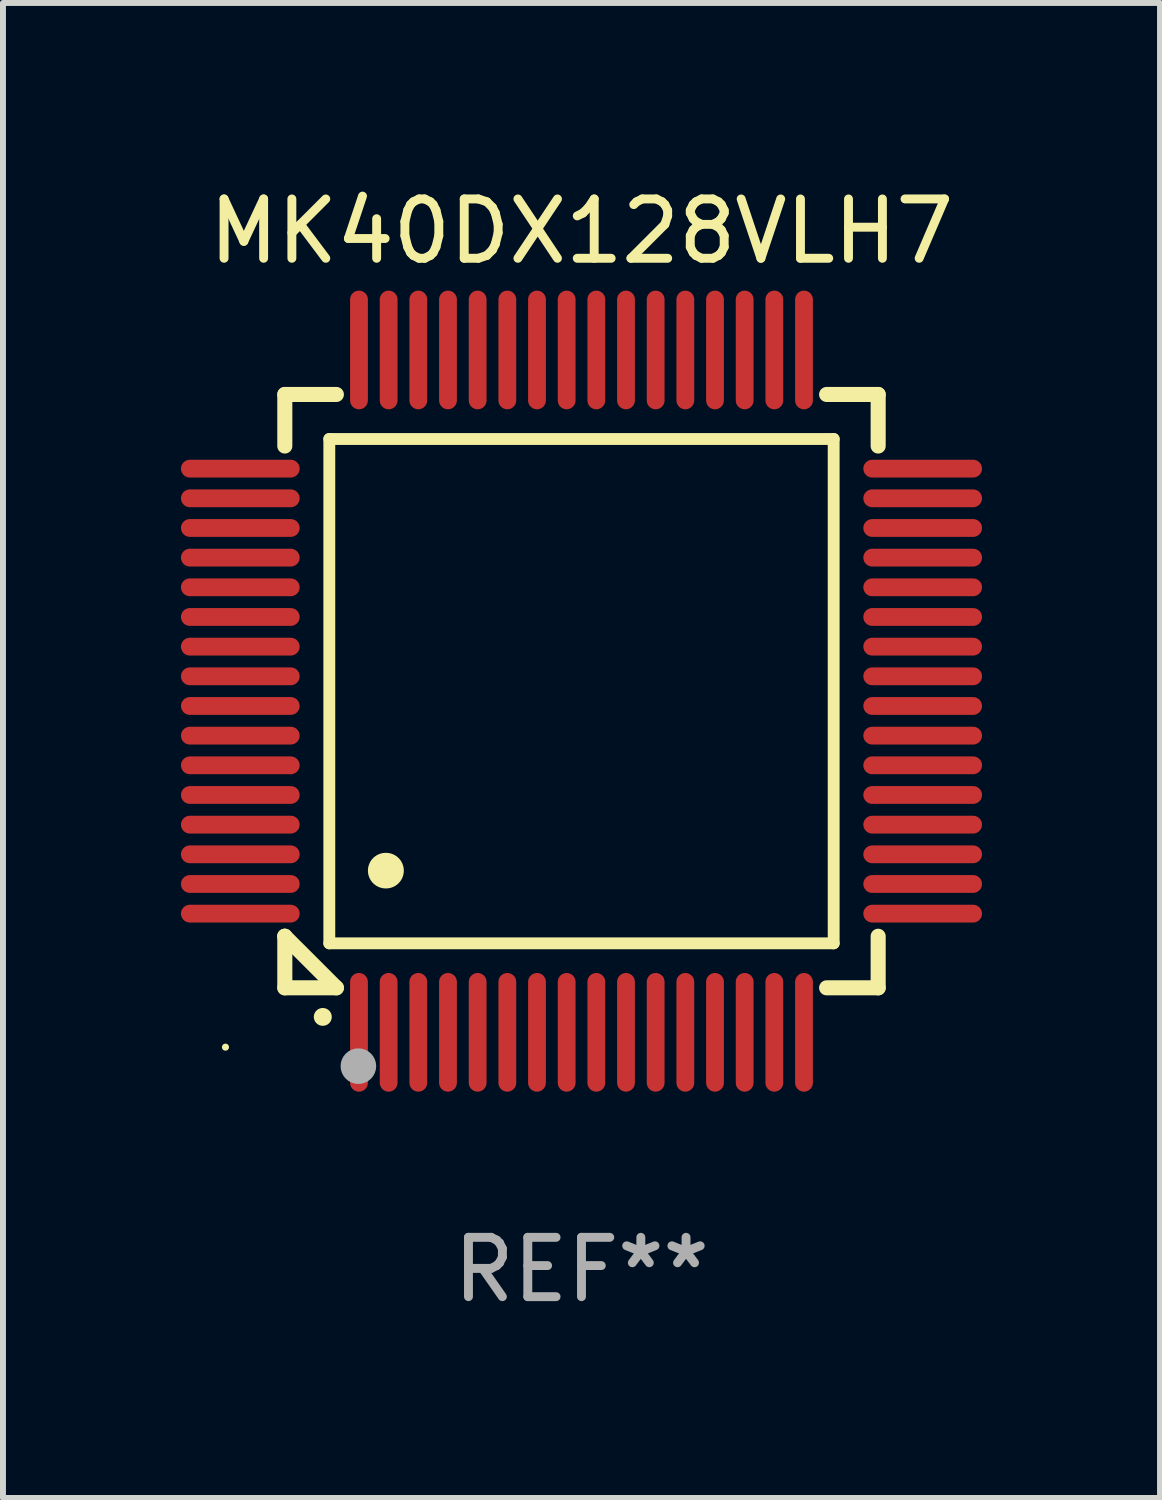
<source format=kicad_pcb>
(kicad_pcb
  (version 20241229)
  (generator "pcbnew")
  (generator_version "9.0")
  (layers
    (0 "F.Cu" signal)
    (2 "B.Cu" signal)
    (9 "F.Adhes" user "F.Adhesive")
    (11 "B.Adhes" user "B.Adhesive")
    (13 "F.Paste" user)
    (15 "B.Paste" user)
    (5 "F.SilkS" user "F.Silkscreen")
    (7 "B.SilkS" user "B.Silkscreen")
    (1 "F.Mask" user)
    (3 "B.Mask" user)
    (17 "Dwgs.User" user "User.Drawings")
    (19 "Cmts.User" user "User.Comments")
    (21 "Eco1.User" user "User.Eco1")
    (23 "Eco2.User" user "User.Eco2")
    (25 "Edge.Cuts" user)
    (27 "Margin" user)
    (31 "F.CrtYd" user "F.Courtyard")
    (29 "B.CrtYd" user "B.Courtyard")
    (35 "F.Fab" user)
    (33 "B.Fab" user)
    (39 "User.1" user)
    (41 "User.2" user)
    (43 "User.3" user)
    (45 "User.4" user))
  (footprint "MK40DX128VLH7"
    (layer "F.Cu")
    (at 6.75 8.598)
    (property "Reference" "MK40DX128VLH7" (at 0 -7.75 0) (layer "F.SilkS") (effects (font (size 1 1) (thickness 0.15))))
    (attr through_hole)
    (fp_line (start -5 -5) (end -4.131 -5) (stroke (width 0.254) (type solid)) (layer "F.SilkS"))
    (fp_line (start -5 -4.131) (end -5 -5) (stroke (width 0.254) (type solid)) (layer "F.SilkS"))
    (fp_line (start -5 4.131) (end -5 4.131) (stroke (width 0.254) (type solid)) (layer "F.SilkS"))
    (fp_line (start -5 5) (end -5 4.131) (stroke (width 0.254) (type solid)) (layer "F.SilkS"))
    (fp_line (start -5 4.131) (end -4.131 5) (stroke (width 0.254) (type solid)) (layer "F.SilkS"))
    (fp_line (start -4.25 -4.25) (end -4.25 4.25) (stroke (width 0.2) (type solid)) (layer "F.SilkS"))
    (fp_line (start -4.25 4.25) (end 4.25 4.25) (stroke (width 0.2) (type solid)) (layer "F.SilkS"))
    (fp_line (start -4.131 5) (end -5 5) (stroke (width 0.254) (type solid)) (layer "F.SilkS"))
    (fp_line (start 4.25 -4.25) (end -4.25 -4.25) (stroke (width 0.2) (type solid)) (layer "F.SilkS"))
    (fp_line (start 4.25 4.25) (end 4.25 -4.25) (stroke (width 0.2) (type solid)) (layer "F.SilkS"))
    (fp_line (start 5 -5) (end 4.131 -5) (stroke (width 0.254) (type solid)) (layer "F.SilkS"))
    (fp_line (start 5 -5) (end 5 -4.131) (stroke (width 0.254) (type solid)) (layer "F.SilkS"))
    (fp_line (start 5 4.131) (end 5 5) (stroke (width 0.254) (type solid)) (layer "F.SilkS"))
    (fp_line (start 5 5) (end 4.131 5) (stroke (width 0.254) (type solid)) (layer "F.SilkS"))
    (fp_arc (start -4.361265 5.489992) (mid -4.359995 5.489987) (end -4.358725 5.489992) (stroke (width 0.3) (type solid)) (layer "F.SilkS"))
    (fp_arc (start -3.299467 3.025146) (mid -3.296927 3.025135) (end -3.294387 3.025146) (stroke (width 0.6) (type solid)) (layer "F.SilkS"))
    (fp_circle (center -6 6) (end -5.97 6) (stroke (width 0.06) (type solid)) (fill no) (layer "F.SilkS"))
    (fp_circle (center -3.76 6.32) (end -3.61 6.32) (stroke (width 0.3) (type solid)) (fill no) (layer "F.Fab"))
    (fp_text user "REF**" (at 0 9.75 0) (layer "F.Fab") (effects (font (size 1 1) (thickness 0.15))))
    (pad "1" smd oval (at -3.75 5.75) (size 0.3 2) (layers "F.Cu" "F.Mask" "F.Paste"))
    (pad "2" smd oval (at -3.25 5.75) (size 0.3 2) (layers "F.Cu" "F.Mask" "F.Paste"))
    (pad "3" smd oval (at -2.75 5.75) (size 0.3 2) (layers "F.Cu" "F.Mask" "F.Paste"))
    (pad "4" smd oval (at -2.25 5.75) (size 0.3 2) (layers "F.Cu" "F.Mask" "F.Paste"))
    (pad "5" smd oval (at -1.75 5.75) (size 0.3 2) (layers "F.Cu" "F.Mask" "F.Paste"))
    (pad "6" smd oval (at -1.25 5.75) (size 0.3 2) (layers "F.Cu" "F.Mask" "F.Paste"))
    (pad "7" smd oval (at -0.75 5.75) (size 0.3 2) (layers "F.Cu" "F.Mask" "F.Paste"))
    (pad "8" smd oval (at -0.25 5.75) (size 0.3 2) (layers "F.Cu" "F.Mask" "F.Paste"))
    (pad "9" smd oval (at 0.25 5.75) (size 0.3 2) (layers "F.Cu" "F.Mask" "F.Paste"))
    (pad "10" smd oval (at 0.75 5.75) (size 0.3 2) (layers "F.Cu" "F.Mask" "F.Paste"))
    (pad "11" smd oval (at 1.25 5.75) (size 0.3 2) (layers "F.Cu" "F.Mask" "F.Paste"))
    (pad "12" smd oval (at 1.75 5.75) (size 0.3 2) (layers "F.Cu" "F.Mask" "F.Paste"))
    (pad "13" smd oval (at 2.25 5.75) (size 0.3 2) (layers "F.Cu" "F.Mask" "F.Paste"))
    (pad "14" smd oval (at 2.75 5.75) (size 0.3 2) (layers "F.Cu" "F.Mask" "F.Paste"))
    (pad "15" smd oval (at 3.25 5.75) (size 0.3 2) (layers "F.Cu" "F.Mask" "F.Paste"))
    (pad "16" smd oval (at 3.75 5.75) (size 0.3 2) (layers "F.Cu" "F.Mask" "F.Paste"))
    (pad "17" smd oval (at 5.75 3.75) (size 2 0.3) (layers "F.Cu" "F.Mask" "F.Paste"))
    (pad "18" smd oval (at 5.75 3.25) (size 2 0.3) (layers "F.Cu" "F.Mask" "F.Paste"))
    (pad "19" smd oval (at 5.75 2.75) (size 2 0.3) (layers "F.Cu" "F.Mask" "F.Paste"))
    (pad "20" smd oval (at 5.75 2.25) (size 2 0.3) (layers "F.Cu" "F.Mask" "F.Paste"))
    (pad "21" smd oval (at 5.75 1.75) (size 2 0.3) (layers "F.Cu" "F.Mask" "F.Paste"))
    (pad "22" smd oval (at 5.75 1.25) (size 2 0.3) (layers "F.Cu" "F.Mask" "F.Paste"))
    (pad "23" smd oval (at 5.75 0.75) (size 2 0.3) (layers "F.Cu" "F.Mask" "F.Paste"))
    (pad "24" smd oval (at 5.75 0.25) (size 2 0.3) (layers "F.Cu" "F.Mask" "F.Paste"))
    (pad "25" smd oval (at 5.75 -0.25) (size 2 0.3) (layers "F.Cu" "F.Mask" "F.Paste"))
    (pad "26" smd oval (at 5.75 -0.75) (size 2 0.3) (layers "F.Cu" "F.Mask" "F.Paste"))
    (pad "27" smd oval (at 5.75 -1.25) (size 2 0.3) (layers "F.Cu" "F.Mask" "F.Paste"))
    (pad "28" smd oval (at 5.75 -1.75) (size 2 0.3) (layers "F.Cu" "F.Mask" "F.Paste"))
    (pad "29" smd oval (at 5.75 -2.25) (size 2 0.3) (layers "F.Cu" "F.Mask" "F.Paste"))
    (pad "30" smd oval (at 5.75 -2.75) (size 2 0.3) (layers "F.Cu" "F.Mask" "F.Paste"))
    (pad "31" smd oval (at 5.75 -3.25) (size 2 0.3) (layers "F.Cu" "F.Mask" "F.Paste"))
    (pad "32" smd oval (at 5.75 -3.75) (size 2 0.3) (layers "F.Cu" "F.Mask" "F.Paste"))
    (pad "33" smd oval (at 3.75 -5.75) (size 0.3 2) (layers "F.Cu" "F.Mask" "F.Paste"))
    (pad "34" smd oval (at 3.25 -5.75) (size 0.3 2) (layers "F.Cu" "F.Mask" "F.Paste"))
    (pad "35" smd oval (at 2.75 -5.75) (size 0.3 2) (layers "F.Cu" "F.Mask" "F.Paste"))
    (pad "36" smd oval (at 2.25 -5.75) (size 0.3 2) (layers "F.Cu" "F.Mask" "F.Paste"))
    (pad "37" smd oval (at 1.75 -5.75) (size 0.3 2) (layers "F.Cu" "F.Mask" "F.Paste"))
    (pad "38" smd oval (at 1.25 -5.75) (size 0.3 2) (layers "F.Cu" "F.Mask" "F.Paste"))
    (pad "39" smd oval (at 0.75 -5.75) (size 0.3 2) (layers "F.Cu" "F.Mask" "F.Paste"))
    (pad "40" smd oval (at 0.25 -5.75) (size 0.3 2) (layers "F.Cu" "F.Mask" "F.Paste"))
    (pad "41" smd oval (at -0.25 -5.75) (size 0.3 2) (layers "F.Cu" "F.Mask" "F.Paste"))
    (pad "42" smd oval (at -0.75 -5.75) (size 0.3 2) (layers "F.Cu" "F.Mask" "F.Paste"))
    (pad "43" smd oval (at -1.25 -5.75) (size 0.3 2) (layers "F.Cu" "F.Mask" "F.Paste"))
    (pad "44" smd oval (at -1.75 -5.75) (size 0.3 2) (layers "F.Cu" "F.Mask" "F.Paste"))
    (pad "45" smd oval (at -2.25 -5.75) (size 0.3 2) (layers "F.Cu" "F.Mask" "F.Paste"))
    (pad "46" smd oval (at -2.75 -5.75) (size 0.3 2) (layers "F.Cu" "F.Mask" "F.Paste"))
    (pad "47" smd oval (at -3.25 -5.75) (size 0.3 2) (layers "F.Cu" "F.Mask" "F.Paste"))
    (pad "48" smd oval (at -3.75 -5.75) (size 0.3 2) (layers "F.Cu" "F.Mask" "F.Paste"))
    (pad "49" smd oval (at -5.75 -3.75) (size 2 0.3) (layers "F.Cu" "F.Mask" "F.Paste"))
    (pad "50" smd oval (at -5.75 -3.25) (size 2 0.3) (layers "F.Cu" "F.Mask" "F.Paste"))
    (pad "51" smd oval (at -5.75 -2.75) (size 2 0.3) (layers "F.Cu" "F.Mask" "F.Paste"))
    (pad "52" smd oval (at -5.75 -2.25) (size 2 0.3) (layers "F.Cu" "F.Mask" "F.Paste"))
    (pad "53" smd oval (at -5.75 -1.75) (size 2 0.3) (layers "F.Cu" "F.Mask" "F.Paste"))
    (pad "54" smd oval (at -5.75 -1.25) (size 2 0.3) (layers "F.Cu" "F.Mask" "F.Paste"))
    (pad "55" smd oval (at -5.75 -0.75) (size 2 0.3) (layers "F.Cu" "F.Mask" "F.Paste"))
    (pad "56" smd oval (at -5.75 -0.25) (size 2 0.3) (layers "F.Cu" "F.Mask" "F.Paste"))
    (pad "57" smd oval (at -5.75 0.25) (size 2 0.3) (layers "F.Cu" "F.Mask" "F.Paste"))
    (pad "58" smd oval (at -5.75 0.75) (size 2 0.3) (layers "F.Cu" "F.Mask" "F.Paste"))
    (pad "59" smd oval (at -5.75 1.25) (size 2 0.3) (layers "F.Cu" "F.Mask" "F.Paste"))
    (pad "60" smd oval (at -5.75 1.75) (size 2 0.3) (layers "F.Cu" "F.Mask" "F.Paste"))
    (pad "61" smd oval (at -5.75 2.25) (size 2 0.3) (layers "F.Cu" "F.Mask" "F.Paste"))
    (pad "62" smd oval (at -5.75 2.75) (size 2 0.3) (layers "F.Cu" "F.Mask" "F.Paste"))
    (pad "63" smd oval (at -5.75 3.25) (size 2 0.3) (layers "F.Cu" "F.Mask" "F.Paste"))
    (pad "64" smd oval (at -5.75 3.75) (size 2 0.3) (layers "F.Cu" "F.Mask" "F.Paste")))
  (gr_rect
    (start -3 -3)
    (end 16.5 22.196)
    (stroke (width 0.1) (type default))
    (fill no)
    (layer "Edge.Cuts")))
</source>
